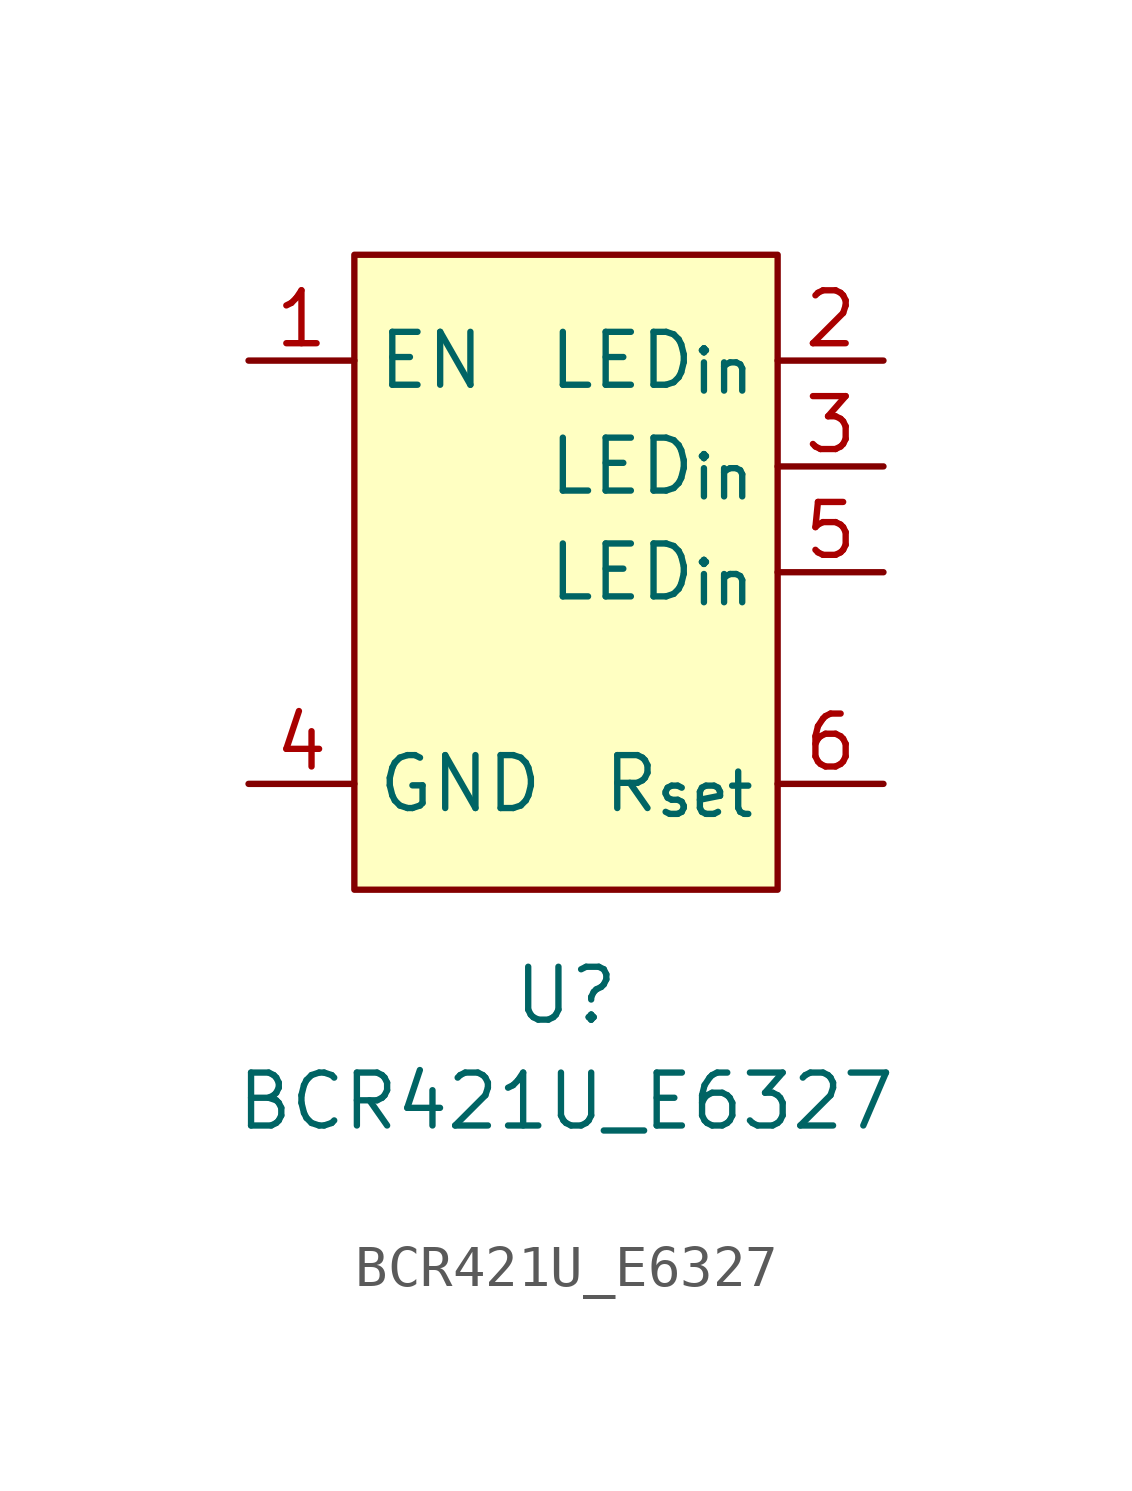
<source format=kicad_sym>
(kicad_symbol_lib
  (version 20220914)
  (generator kicad_symbol_editor)
  (symbol "BCR421U_E6327"
    (property "Reference" "U"
      (at 0 -10.16 0)
      (effects (font (size 1.27 1.27))))
    (property "Value" "BCR421U_E6327"
      (at 0 -12.7 0)
      (effects (font (size 1.27 1.27))))
    (symbol "BCR421U_E6327_1_1"
      (rectangle (start -5.08 7.62) (end 5.08 -7.62) (stroke (width 0) (type default)) (fill (type background)))
      (pin input line (at -7.62 5.08 0) (length 2.54) (name "EN" (effects (font (size 1.27 1.27)))) (number "1" (effects (font (size 1.27 1.27)))))
      (pin input line (at 7.62 5.08 180) (length 2.54) (name "LED_{in}" (effects (font (size 1.27 1.27)))) (number "2" (effects (font (size 1.27 1.27)))))
      (pin input line (at 7.62 2.54 180) (length 2.54) (name "LED_{in}" (effects (font (size 1.27 1.27)))) (number "3" (effects (font (size 1.27 1.27)))))
      (pin passive line (at -7.62 -5.08 0) (length 2.54) (name "GND" (effects (font (size 1.27 1.27)))) (number "4" (effects (font (size 1.27 1.27)))))
      (pin input line (at 7.62 0 180) (length 2.54) (name "LED_{in}" (effects (font (size 1.27 1.27)))) (number "5" (effects (font (size 1.27 1.27)))))
      (pin passive line (at 7.62 -5.08 180) (length 2.54) (name "R_{set}" (effects (font (size 1.27 1.27)))) (number "6" (effects (font (size 1.27 1.27))))))))
</source>
